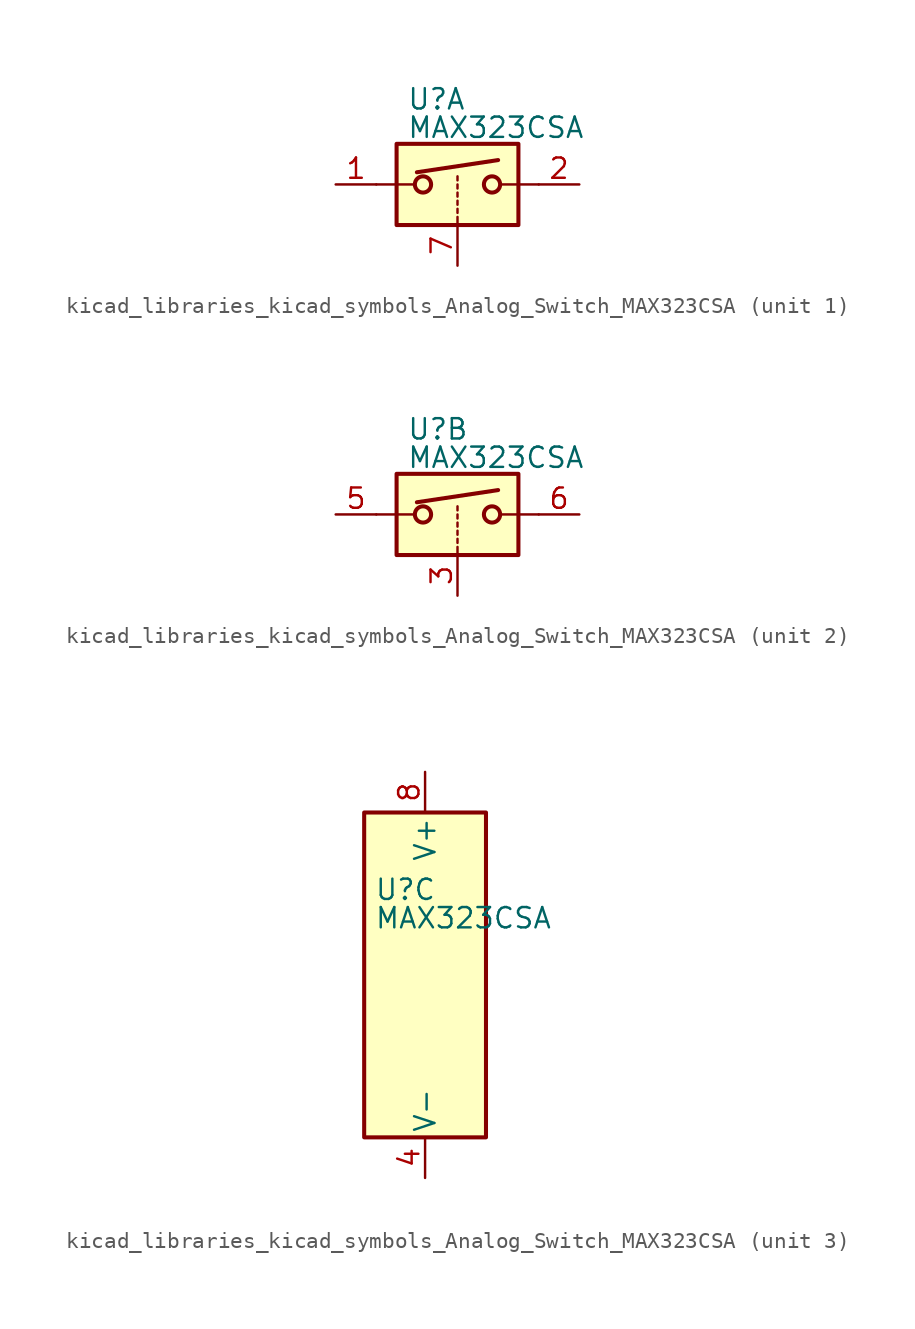
<source format=kicad_sym>
(kicad_symbol_lib
  (version 20220914)
  (generator kicad_symbol_editor)
  (symbol "kicad_libraries_kicad_symbols_Analog_Switch_MAX323CSA"
    (pin_names
      (offset 0.254))
    (property "Reference" "U"
      (at -3.175 5.334 0)
      (effects (font (size 1.27 1.27)) (justify left)))
    (property "Value" "MAX323CSA"
      (at -3.175 3.556 0)
      (effects (font (size 1.27 1.27)) (justify left)))
    (symbol "kicad_libraries_kicad_symbols_Analog_Switch_MAX323CSA_1_1"
      (rectangle (start -3.81 2.54) (end 3.81 -2.54) (stroke (width 0.254) (type default)) (fill (type background)))
      (circle (center -2.159 0) (radius 0.508) (stroke (width 0.254) (type default)) (fill (type none)))
      (polyline (pts (xy -5.08 0) (xy -2.794 0)) (stroke (width 0) (type default)) (fill (type none)))
      (polyline (pts (xy -2.54 0.762) (xy 2.54 1.524)) (stroke (width 0.254) (type default)) (fill (type none)))
      (polyline (pts (xy 0 -2.54) (xy 0 -2.032)) (stroke (width 0) (type default)) (fill (type none)))
      (polyline (pts (xy 0 -1.778) (xy 0 -1.524)) (stroke (width 0) (type default)) (fill (type none)))
      (polyline (pts (xy 0 -1.27) (xy 0 -1.016)) (stroke (width 0) (type default)) (fill (type none)))
      (polyline (pts (xy 0 -0.762) (xy 0 -0.508)) (stroke (width 0) (type default)) (fill (type none)))
      (polyline (pts (xy 0 -0.254) (xy 0 0)) (stroke (width 0) (type default)) (fill (type none)))
      (polyline (pts (xy 0 0.254) (xy 0 0.508)) (stroke (width 0) (type default)) (fill (type none)))
      (polyline (pts (xy 5.08 0) (xy 2.794 0)) (stroke (width 0) (type default)) (fill (type none)))
      (circle (center 2.159 0) (radius 0.508) (stroke (width 0.254) (type default)) (fill (type none)))
      (pin passive line (at -7.62 0 0) (length 2.54) (name "~" (effects (font (size 1.27 1.27)))) (number "1" (effects (font (size 1.27 1.27)))))
      (pin passive line (at 7.62 0 180) (length 2.54) (name "~" (effects (font (size 1.27 1.27)))) (number "2" (effects (font (size 1.27 1.27)))))
      (pin input line (at 0 -5.08 90) (length 2.54) (name "~" (effects (font (size 1.27 1.27)))) (number "7" (effects (font (size 1.27 1.27))))))
    (symbol "kicad_libraries_kicad_symbols_Analog_Switch_MAX323CSA_2_1"
      (rectangle (start -3.81 2.54) (end 3.81 -2.54) (stroke (width 0.254) (type default)) (fill (type background)))
      (circle (center -2.159 0) (radius 0.508) (stroke (width 0.254) (type default)) (fill (type none)))
      (polyline (pts (xy -5.08 0) (xy -2.794 0)) (stroke (width 0) (type default)) (fill (type none)))
      (polyline (pts (xy -2.54 0.762) (xy 2.54 1.524)) (stroke (width 0.254) (type default)) (fill (type none)))
      (polyline (pts (xy 0 -2.54) (xy 0 -2.032)) (stroke (width 0) (type default)) (fill (type none)))
      (polyline (pts (xy 0 -1.778) (xy 0 -1.524)) (stroke (width 0) (type default)) (fill (type none)))
      (polyline (pts (xy 0 -1.27) (xy 0 -1.016)) (stroke (width 0) (type default)) (fill (type none)))
      (polyline (pts (xy 0 -0.762) (xy 0 -0.508)) (stroke (width 0) (type default)) (fill (type none)))
      (polyline (pts (xy 0 -0.254) (xy 0 0)) (stroke (width 0) (type default)) (fill (type none)))
      (polyline (pts (xy 0 0.254) (xy 0 0.508)) (stroke (width 0) (type default)) (fill (type none)))
      (polyline (pts (xy 5.08 0) (xy 2.794 0)) (stroke (width 0) (type default)) (fill (type none)))
      (circle (center 2.159 0) (radius 0.508) (stroke (width 0.254) (type default)) (fill (type none)))
      (pin input line (at 0 -5.08 90) (length 2.54) (name "~" (effects (font (size 1.27 1.27)))) (number "3" (effects (font (size 1.27 1.27)))))
      (pin passive line (at -7.62 0 0) (length 2.54) (name "~" (effects (font (size 1.27 1.27)))) (number "5" (effects (font (size 1.27 1.27)))))
      (pin passive line (at 7.62 0 180) (length 2.54) (name "~" (effects (font (size 1.27 1.27)))) (number "6" (effects (font (size 1.27 1.27))))))
    (symbol "kicad_libraries_kicad_symbols_Analog_Switch_MAX323CSA_3_0"
      (pin power_in line (at 0 -12.7 90) (length 2.54) (name "V-" (effects (font (size 1.27 1.27)))) (number "4" (effects (font (size 1.27 1.27)))))
      (pin power_in line (at 0 12.7 270) (length 2.54) (name "V+" (effects (font (size 1.27 1.27)))) (number "8" (effects (font (size 1.27 1.27))))))
    (symbol "kicad_libraries_kicad_symbols_Analog_Switch_MAX323CSA_3_1"
      (rectangle (start -3.81 10.16) (end 3.81 -10.16) (stroke (width 0.254) (type default)) (fill (type background))))))
</source>
